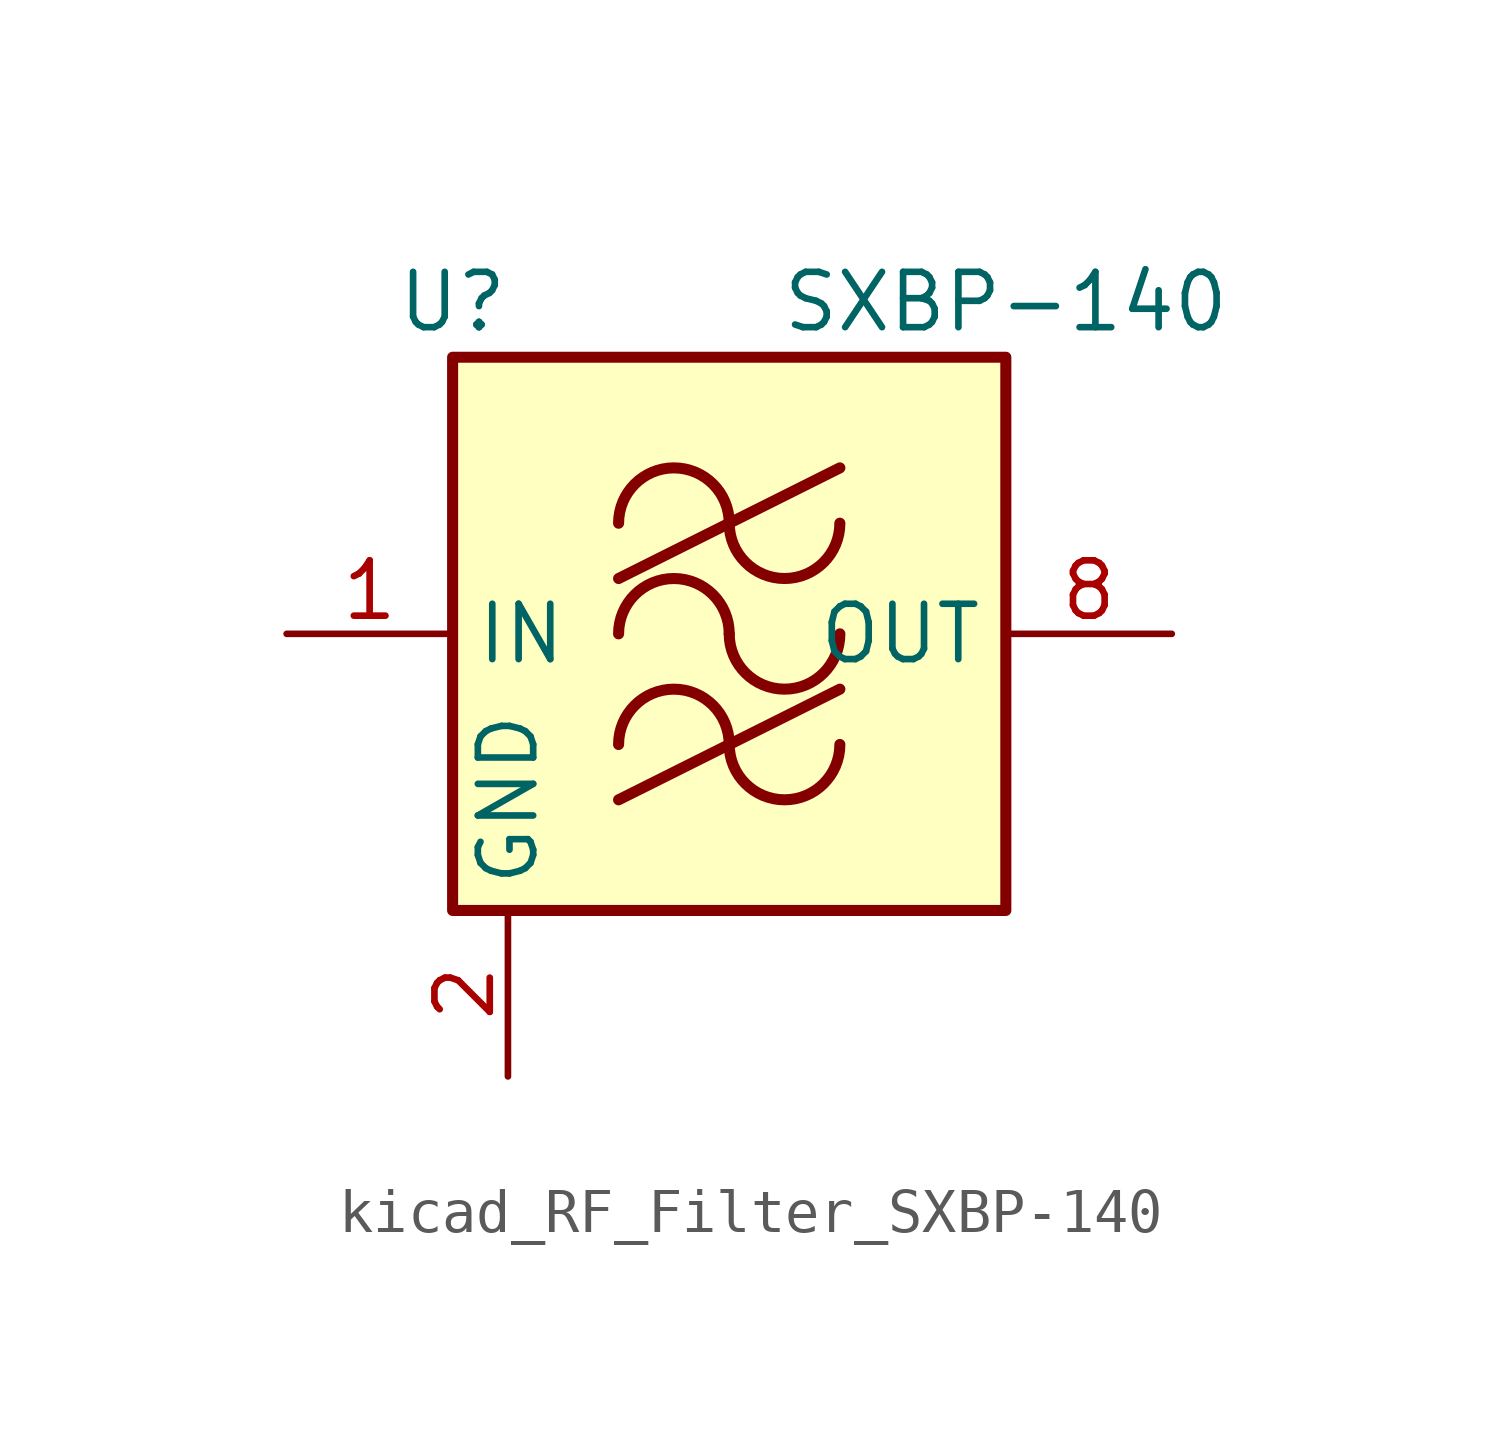
<source format=kicad_sym>
(kicad_symbol_lib
  (version 20220914)
  (generator kicad_symbol_editor)
  (symbol "kicad_RF_Filter_SXBP-140"
    (property "Reference" "U"
      (at -6.35 7.62 0)
      (effects (font (size 1.27 1.27))))
    (property "Value" "SXBP-140"
      (at 6.35 7.62 0)
      (effects (font (size 1.27 1.27))))
    (symbol "kicad_RF_Filter_SXBP-140_0_1"
      (rectangle (start -6.35 6.35) (end 6.35 -6.35) (stroke (width 0.254) (type default)) (fill (type background)))
      (arc (start 0 -2.54) (mid -1.27 -1.2755) (end -2.54 -2.54) (stroke (width 0.254) (type default)) (fill (type none)))
      (arc (start 0 -2.54) (mid 1.27 -3.8045) (end 2.54 -2.54) (stroke (width 0.254) (type default)) (fill (type none)))
      (arc (start 0 0) (mid -1.27 1.2645) (end -2.54 0) (stroke (width 0.254) (type default)) (fill (type none)))
      (polyline (pts (xy -2.54 -3.81) (xy 2.54 -1.27)) (stroke (width 0.254) (type default)) (fill (type none)))
      (polyline (pts (xy -2.54 1.27) (xy 2.54 3.81)) (stroke (width 0.254) (type default)) (fill (type none)))
      (arc (start 0 0) (mid 1.27 -1.2645) (end 2.54 0) (stroke (width 0.254) (type default)) (fill (type none)))
      (arc (start 0 2.54) (mid -1.27 3.8045) (end -2.54 2.54) (stroke (width 0.254) (type default)) (fill (type none)))
      (arc (start 0 2.54) (mid 1.27 1.2755) (end 2.54 2.54) (stroke (width 0.254) (type default)) (fill (type none))))
    (symbol "kicad_RF_Filter_SXBP-140_1_1"
      (pin input line (at -10.16 0 0) (length 3.81) (name "IN" (effects (font (size 1.27 1.27)))) (number "1" (effects (font (size 1.27 1.27)))))
      (pin power_in line (at -5.08 -10.16 90) (length 3.81) (name "GND" (effects (font (size 1.27 1.27)))) (number "2" (effects (font (size 1.27 1.27)))))
      (pin passive line (at -5.08 -10.16 90) (length 3.81) hide (name "GND" (effects (font (size 1.27 1.27)))) (number "3" (effects (font (size 1.27 1.27)))))
      (pin passive line (at -5.08 -10.16 90) (length 3.81) hide (name "GND" (effects (font (size 1.27 1.27)))) (number "4" (effects (font (size 1.27 1.27)))))
      (pin passive line (at -5.08 -10.16 90) (length 3.81) hide (name "GND" (effects (font (size 1.27 1.27)))) (number "5" (effects (font (size 1.27 1.27)))))
      (pin passive line (at -5.08 -10.16 90) (length 3.81) hide (name "GND" (effects (font (size 1.27 1.27)))) (number "6" (effects (font (size 1.27 1.27)))))
      (pin passive line (at -5.08 -10.16 90) (length 3.81) hide (name "GND" (effects (font (size 1.27 1.27)))) (number "7" (effects (font (size 1.27 1.27)))))
      (pin output line (at 10.16 0 180) (length 3.81) (name "OUT" (effects (font (size 1.27 1.27)))) (number "8" (effects (font (size 1.27 1.27))))))))
</source>
